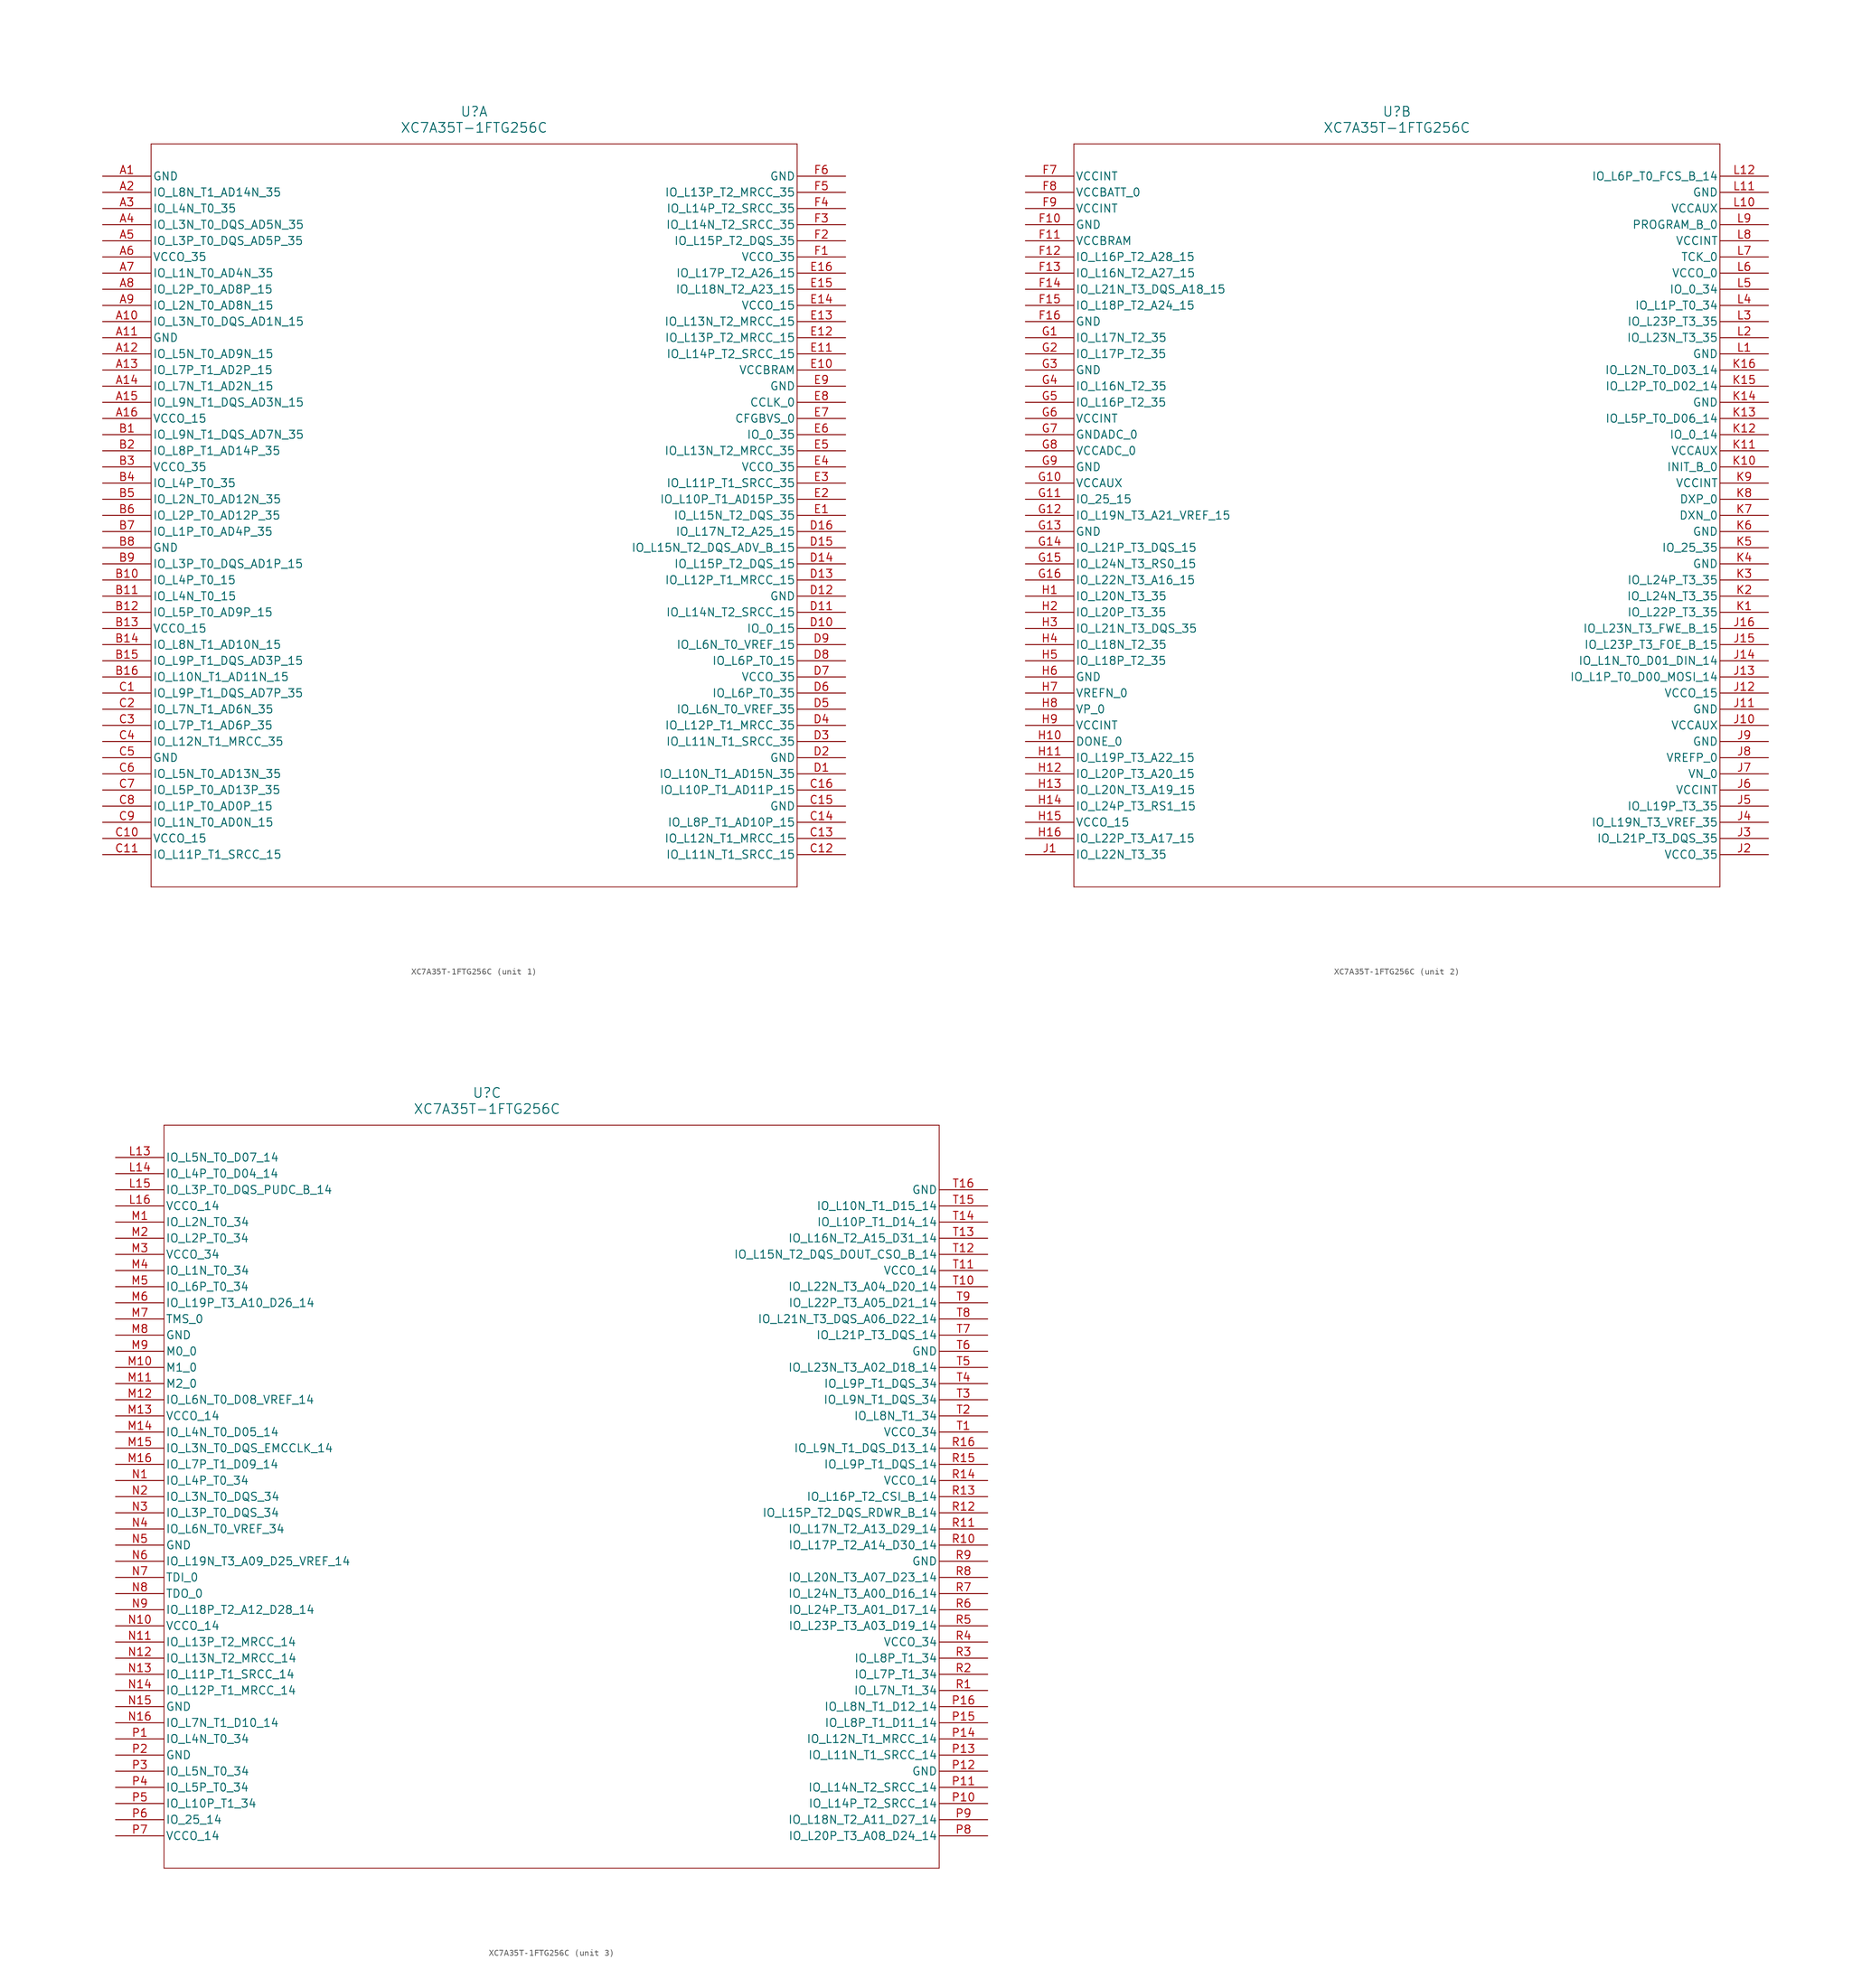
<source format=kicad_sym>
(kicad_symbol_lib
  (version 20211014)
  (generator kicad_symbol_editor)
  (symbol "XC7A35T-1FTG256C"
    (pin_names
      (offset 0.254))
    (property "Reference" "U"
      (at 58.42 10.16 0)
      (effects (font (size 1.524 1.524))))
    (property "Value" "XC7A35T-1FTG256C"
      (at 58.42 7.62 0)
      (effects (font (size 1.524 1.524))))
    (symbol "XC7A35T-1FTG256C_1_1"
      (polyline (pts (xy 7.62 5.08) (xy 7.62 -111.76)) (stroke (width 0.127) (type default) (color 0 0 0 0)) (fill (type none)))
      (polyline (pts (xy 7.62 -111.76) (xy 109.22 -111.76)) (stroke (width 0.127) (type default) (color 0 0 0 0)) (fill (type none)))
      (polyline (pts (xy 109.22 -111.76) (xy 109.22 5.08)) (stroke (width 0.127) (type default) (color 0 0 0 0)) (fill (type none)))
      (polyline (pts (xy 109.22 5.08) (xy 7.62 5.08)) (stroke (width 0.127) (type default) (color 0 0 0 0)) (fill (type none)))
      (pin power_out line (at 0 0 0) (length 7.62) (name "GND" (effects (font (size 1.27 1.27)))) (number "A1" (effects (font (size 1.27 1.27)))))
      (pin bidirectional line (at 0 -2.54 0) (length 7.62) (name "IO_L8N_T1_AD14N_35" (effects (font (size 1.27 1.27)))) (number "A2" (effects (font (size 1.27 1.27)))))
      (pin bidirectional line (at 0 -5.08 0) (length 7.62) (name "IO_L4N_T0_35" (effects (font (size 1.27 1.27)))) (number "A3" (effects (font (size 1.27 1.27)))))
      (pin bidirectional line (at 0 -7.62 0) (length 7.62) (name "IO_L3N_T0_DQS_AD5N_35" (effects (font (size 1.27 1.27)))) (number "A4" (effects (font (size 1.27 1.27)))))
      (pin bidirectional line (at 0 -10.16 0) (length 7.62) (name "IO_L3P_T0_DQS_AD5P_35" (effects (font (size 1.27 1.27)))) (number "A5" (effects (font (size 1.27 1.27)))))
      (pin power_in line (at 0 -12.7 0) (length 7.62) (name "VCCO_35" (effects (font (size 1.27 1.27)))) (number "A6" (effects (font (size 1.27 1.27)))))
      (pin bidirectional line (at 0 -15.24 0) (length 7.62) (name "IO_L1N_T0_AD4N_35" (effects (font (size 1.27 1.27)))) (number "A7" (effects (font (size 1.27 1.27)))))
      (pin bidirectional line (at 0 -17.78 0) (length 7.62) (name "IO_L2P_T0_AD8P_15" (effects (font (size 1.27 1.27)))) (number "A8" (effects (font (size 1.27 1.27)))))
      (pin bidirectional line (at 0 -20.32 0) (length 7.62) (name "IO_L2N_T0_AD8N_15" (effects (font (size 1.27 1.27)))) (number "A9" (effects (font (size 1.27 1.27)))))
      (pin bidirectional line (at 0 -22.86 0) (length 7.62) (name "IO_L3N_T0_DQS_AD1N_15" (effects (font (size 1.27 1.27)))) (number "A10" (effects (font (size 1.27 1.27)))))
      (pin power_out line (at 0 -25.4 0) (length 7.62) (name "GND" (effects (font (size 1.27 1.27)))) (number "A11" (effects (font (size 1.27 1.27)))))
      (pin bidirectional line (at 0 -27.94 0) (length 7.62) (name "IO_L5N_T0_AD9N_15" (effects (font (size 1.27 1.27)))) (number "A12" (effects (font (size 1.27 1.27)))))
      (pin bidirectional line (at 0 -30.48 0) (length 7.62) (name "IO_L7P_T1_AD2P_15" (effects (font (size 1.27 1.27)))) (number "A13" (effects (font (size 1.27 1.27)))))
      (pin bidirectional line (at 0 -33.02 0) (length 7.62) (name "IO_L7N_T1_AD2N_15" (effects (font (size 1.27 1.27)))) (number "A14" (effects (font (size 1.27 1.27)))))
      (pin bidirectional line (at 0 -35.56 0) (length 7.62) (name "IO_L9N_T1_DQS_AD3N_15" (effects (font (size 1.27 1.27)))) (number "A15" (effects (font (size 1.27 1.27)))))
      (pin power_in line (at 0 -38.1 0) (length 7.62) (name "VCCO_15" (effects (font (size 1.27 1.27)))) (number "A16" (effects (font (size 1.27 1.27)))))
      (pin bidirectional line (at 0 -40.64 0) (length 7.62) (name "IO_L9N_T1_DQS_AD7N_35" (effects (font (size 1.27 1.27)))) (number "B1" (effects (font (size 1.27 1.27)))))
      (pin bidirectional line (at 0 -43.18 0) (length 7.62) (name "IO_L8P_T1_AD14P_35" (effects (font (size 1.27 1.27)))) (number "B2" (effects (font (size 1.27 1.27)))))
      (pin power_in line (at 0 -45.72 0) (length 7.62) (name "VCCO_35" (effects (font (size 1.27 1.27)))) (number "B3" (effects (font (size 1.27 1.27)))))
      (pin bidirectional line (at 0 -48.26 0) (length 7.62) (name "IO_L4P_T0_35" (effects (font (size 1.27 1.27)))) (number "B4" (effects (font (size 1.27 1.27)))))
      (pin bidirectional line (at 0 -50.8 0) (length 7.62) (name "IO_L2N_T0_AD12N_35" (effects (font (size 1.27 1.27)))) (number "B5" (effects (font (size 1.27 1.27)))))
      (pin bidirectional line (at 0 -53.34 0) (length 7.62) (name "IO_L2P_T0_AD12P_35" (effects (font (size 1.27 1.27)))) (number "B6" (effects (font (size 1.27 1.27)))))
      (pin bidirectional line (at 0 -55.88 0) (length 7.62) (name "IO_L1P_T0_AD4P_35" (effects (font (size 1.27 1.27)))) (number "B7" (effects (font (size 1.27 1.27)))))
      (pin power_out line (at 0 -58.42 0) (length 7.62) (name "GND" (effects (font (size 1.27 1.27)))) (number "B8" (effects (font (size 1.27 1.27)))))
      (pin bidirectional line (at 0 -60.96 0) (length 7.62) (name "IO_L3P_T0_DQS_AD1P_15" (effects (font (size 1.27 1.27)))) (number "B9" (effects (font (size 1.27 1.27)))))
      (pin bidirectional line (at 0 -63.5 0) (length 7.62) (name "IO_L4P_T0_15" (effects (font (size 1.27 1.27)))) (number "B10" (effects (font (size 1.27 1.27)))))
      (pin bidirectional line (at 0 -66.04 0) (length 7.62) (name "IO_L4N_T0_15" (effects (font (size 1.27 1.27)))) (number "B11" (effects (font (size 1.27 1.27)))))
      (pin bidirectional line (at 0 -68.58 0) (length 7.62) (name "IO_L5P_T0_AD9P_15" (effects (font (size 1.27 1.27)))) (number "B12" (effects (font (size 1.27 1.27)))))
      (pin power_in line (at 0 -71.12 0) (length 7.62) (name "VCCO_15" (effects (font (size 1.27 1.27)))) (number "B13" (effects (font (size 1.27 1.27)))))
      (pin bidirectional line (at 0 -73.66 0) (length 7.62) (name "IO_L8N_T1_AD10N_15" (effects (font (size 1.27 1.27)))) (number "B14" (effects (font (size 1.27 1.27)))))
      (pin bidirectional line (at 0 -76.2 0) (length 7.62) (name "IO_L9P_T1_DQS_AD3P_15" (effects (font (size 1.27 1.27)))) (number "B15" (effects (font (size 1.27 1.27)))))
      (pin bidirectional line (at 0 -78.74 0) (length 7.62) (name "IO_L10N_T1_AD11N_15" (effects (font (size 1.27 1.27)))) (number "B16" (effects (font (size 1.27 1.27)))))
      (pin bidirectional line (at 0 -81.28 0) (length 7.62) (name "IO_L9P_T1_DQS_AD7P_35" (effects (font (size 1.27 1.27)))) (number "C1" (effects (font (size 1.27 1.27)))))
      (pin bidirectional line (at 0 -83.82 0) (length 7.62) (name "IO_L7N_T1_AD6N_35" (effects (font (size 1.27 1.27)))) (number "C2" (effects (font (size 1.27 1.27)))))
      (pin bidirectional line (at 0 -86.36 0) (length 7.62) (name "IO_L7P_T1_AD6P_35" (effects (font (size 1.27 1.27)))) (number "C3" (effects (font (size 1.27 1.27)))))
      (pin bidirectional line (at 0 -88.9 0) (length 7.62) (name "IO_L12N_T1_MRCC_35" (effects (font (size 1.27 1.27)))) (number "C4" (effects (font (size 1.27 1.27)))))
      (pin power_out line (at 0 -91.44 0) (length 7.62) (name "GND" (effects (font (size 1.27 1.27)))) (number "C5" (effects (font (size 1.27 1.27)))))
      (pin bidirectional line (at 0 -93.98 0) (length 7.62) (name "IO_L5N_T0_AD13N_35" (effects (font (size 1.27 1.27)))) (number "C6" (effects (font (size 1.27 1.27)))))
      (pin bidirectional line (at 0 -96.52 0) (length 7.62) (name "IO_L5P_T0_AD13P_35" (effects (font (size 1.27 1.27)))) (number "C7" (effects (font (size 1.27 1.27)))))
      (pin bidirectional line (at 0 -99.06 0) (length 7.62) (name "IO_L1P_T0_AD0P_15" (effects (font (size 1.27 1.27)))) (number "C8" (effects (font (size 1.27 1.27)))))
      (pin bidirectional line (at 0 -101.6 0) (length 7.62) (name "IO_L1N_T0_AD0N_15" (effects (font (size 1.27 1.27)))) (number "C9" (effects (font (size 1.27 1.27)))))
      (pin power_in line (at 0 -104.14 0) (length 7.62) (name "VCCO_15" (effects (font (size 1.27 1.27)))) (number "C10" (effects (font (size 1.27 1.27)))))
      (pin bidirectional line (at 0 -106.68 0) (length 7.62) (name "IO_L11P_T1_SRCC_15" (effects (font (size 1.27 1.27)))) (number "C11" (effects (font (size 1.27 1.27)))))
      (pin bidirectional line (at 116.84 -106.68 180) (length 7.62) (name "IO_L11N_T1_SRCC_15" (effects (font (size 1.27 1.27)))) (number "C12" (effects (font (size 1.27 1.27)))))
      (pin bidirectional line (at 116.84 -104.14 180) (length 7.62) (name "IO_L12N_T1_MRCC_15" (effects (font (size 1.27 1.27)))) (number "C13" (effects (font (size 1.27 1.27)))))
      (pin bidirectional line (at 116.84 -101.6 180) (length 7.62) (name "IO_L8P_T1_AD10P_15" (effects (font (size 1.27 1.27)))) (number "C14" (effects (font (size 1.27 1.27)))))
      (pin power_out line (at 116.84 -99.06 180) (length 7.62) (name "GND" (effects (font (size 1.27 1.27)))) (number "C15" (effects (font (size 1.27 1.27)))))
      (pin bidirectional line (at 116.84 -96.52 180) (length 7.62) (name "IO_L10P_T1_AD11P_15" (effects (font (size 1.27 1.27)))) (number "C16" (effects (font (size 1.27 1.27)))))
      (pin bidirectional line (at 116.84 -93.98 180) (length 7.62) (name "IO_L10N_T1_AD15N_35" (effects (font (size 1.27 1.27)))) (number "D1" (effects (font (size 1.27 1.27)))))
      (pin power_out line (at 116.84 -91.44 180) (length 7.62) (name "GND" (effects (font (size 1.27 1.27)))) (number "D2" (effects (font (size 1.27 1.27)))))
      (pin bidirectional line (at 116.84 -88.9 180) (length 7.62) (name "IO_L11N_T1_SRCC_35" (effects (font (size 1.27 1.27)))) (number "D3" (effects (font (size 1.27 1.27)))))
      (pin bidirectional line (at 116.84 -86.36 180) (length 7.62) (name "IO_L12P_T1_MRCC_35" (effects (font (size 1.27 1.27)))) (number "D4" (effects (font (size 1.27 1.27)))))
      (pin bidirectional line (at 116.84 -83.82 180) (length 7.62) (name "IO_L6N_T0_VREF_35" (effects (font (size 1.27 1.27)))) (number "D5" (effects (font (size 1.27 1.27)))))
      (pin bidirectional line (at 116.84 -81.28 180) (length 7.62) (name "IO_L6P_T0_35" (effects (font (size 1.27 1.27)))) (number "D6" (effects (font (size 1.27 1.27)))))
      (pin power_in line (at 116.84 -78.74 180) (length 7.62) (name "VCCO_35" (effects (font (size 1.27 1.27)))) (number "D7" (effects (font (size 1.27 1.27)))))
      (pin bidirectional line (at 116.84 -76.2 180) (length 7.62) (name "IO_L6P_T0_15" (effects (font (size 1.27 1.27)))) (number "D8" (effects (font (size 1.27 1.27)))))
      (pin bidirectional line (at 116.84 -73.66 180) (length 7.62) (name "IO_L6N_T0_VREF_15" (effects (font (size 1.27 1.27)))) (number "D9" (effects (font (size 1.27 1.27)))))
      (pin bidirectional line (at 116.84 -71.12 180) (length 7.62) (name "IO_0_15" (effects (font (size 1.27 1.27)))) (number "D10" (effects (font (size 1.27 1.27)))))
      (pin bidirectional line (at 116.84 -68.58 180) (length 7.62) (name "IO_L14N_T2_SRCC_15" (effects (font (size 1.27 1.27)))) (number "D11" (effects (font (size 1.27 1.27)))))
      (pin power_out line (at 116.84 -66.04 180) (length 7.62) (name "GND" (effects (font (size 1.27 1.27)))) (number "D12" (effects (font (size 1.27 1.27)))))
      (pin bidirectional line (at 116.84 -63.5 180) (length 7.62) (name "IO_L12P_T1_MRCC_15" (effects (font (size 1.27 1.27)))) (number "D13" (effects (font (size 1.27 1.27)))))
      (pin bidirectional line (at 116.84 -60.96 180) (length 7.62) (name "IO_L15P_T2_DQS_15" (effects (font (size 1.27 1.27)))) (number "D14" (effects (font (size 1.27 1.27)))))
      (pin bidirectional line (at 116.84 -58.42 180) (length 7.62) (name "IO_L15N_T2_DQS_ADV_B_15" (effects (font (size 1.27 1.27)))) (number "D15" (effects (font (size 1.27 1.27)))))
      (pin bidirectional line (at 116.84 -55.88 180) (length 7.62) (name "IO_L17N_T2_A25_15" (effects (font (size 1.27 1.27)))) (number "D16" (effects (font (size 1.27 1.27)))))
      (pin bidirectional line (at 116.84 -53.34 180) (length 7.62) (name "IO_L15N_T2_DQS_35" (effects (font (size 1.27 1.27)))) (number "E1" (effects (font (size 1.27 1.27)))))
      (pin bidirectional line (at 116.84 -50.8 180) (length 7.62) (name "IO_L10P_T1_AD15P_35" (effects (font (size 1.27 1.27)))) (number "E2" (effects (font (size 1.27 1.27)))))
      (pin bidirectional line (at 116.84 -48.26 180) (length 7.62) (name "IO_L11P_T1_SRCC_35" (effects (font (size 1.27 1.27)))) (number "E3" (effects (font (size 1.27 1.27)))))
      (pin power_in line (at 116.84 -45.72 180) (length 7.62) (name "VCCO_35" (effects (font (size 1.27 1.27)))) (number "E4" (effects (font (size 1.27 1.27)))))
      (pin bidirectional line (at 116.84 -43.18 180) (length 7.62) (name "IO_L13N_T2_MRCC_35" (effects (font (size 1.27 1.27)))) (number "E5" (effects (font (size 1.27 1.27)))))
      (pin bidirectional line (at 116.84 -40.64 180) (length 7.62) (name "IO_0_35" (effects (font (size 1.27 1.27)))) (number "E6" (effects (font (size 1.27 1.27)))))
      (pin input line (at 116.84 -38.1 180) (length 7.62) (name "CFGBVS_0" (effects (font (size 1.27 1.27)))) (number "E7" (effects (font (size 1.27 1.27)))))
      (pin bidirectional line (at 116.84 -35.56 180) (length 7.62) (name "CCLK_0" (effects (font (size 1.27 1.27)))) (number "E8" (effects (font (size 1.27 1.27)))))
      (pin power_out line (at 116.84 -33.02 180) (length 7.62) (name "GND" (effects (font (size 1.27 1.27)))) (number "E9" (effects (font (size 1.27 1.27)))))
      (pin power_in line (at 116.84 -30.48 180) (length 7.62) (name "VCCBRAM" (effects (font (size 1.27 1.27)))) (number "E10" (effects (font (size 1.27 1.27)))))
      (pin bidirectional line (at 116.84 -27.94 180) (length 7.62) (name "IO_L14P_T2_SRCC_15" (effects (font (size 1.27 1.27)))) (number "E11" (effects (font (size 1.27 1.27)))))
      (pin bidirectional line (at 116.84 -25.4 180) (length 7.62) (name "IO_L13P_T2_MRCC_15" (effects (font (size 1.27 1.27)))) (number "E12" (effects (font (size 1.27 1.27)))))
      (pin bidirectional line (at 116.84 -22.86 180) (length 7.62) (name "IO_L13N_T2_MRCC_15" (effects (font (size 1.27 1.27)))) (number "E13" (effects (font (size 1.27 1.27)))))
      (pin power_in line (at 116.84 -20.32 180) (length 7.62) (name "VCCO_15" (effects (font (size 1.27 1.27)))) (number "E14" (effects (font (size 1.27 1.27)))))
      (pin bidirectional line (at 116.84 -17.78 180) (length 7.62) (name "IO_L18N_T2_A23_15" (effects (font (size 1.27 1.27)))) (number "E15" (effects (font (size 1.27 1.27)))))
      (pin bidirectional line (at 116.84 -15.24 180) (length 7.62) (name "IO_L17P_T2_A26_15" (effects (font (size 1.27 1.27)))) (number "E16" (effects (font (size 1.27 1.27)))))
      (pin power_in line (at 116.84 -12.7 180) (length 7.62) (name "VCCO_35" (effects (font (size 1.27 1.27)))) (number "F1" (effects (font (size 1.27 1.27)))))
      (pin bidirectional line (at 116.84 -10.16 180) (length 7.62) (name "IO_L15P_T2_DQS_35" (effects (font (size 1.27 1.27)))) (number "F2" (effects (font (size 1.27 1.27)))))
      (pin bidirectional line (at 116.84 -7.62 180) (length 7.62) (name "IO_L14N_T2_SRCC_35" (effects (font (size 1.27 1.27)))) (number "F3" (effects (font (size 1.27 1.27)))))
      (pin bidirectional line (at 116.84 -5.08 180) (length 7.62) (name "IO_L14P_T2_SRCC_35" (effects (font (size 1.27 1.27)))) (number "F4" (effects (font (size 1.27 1.27)))))
      (pin bidirectional line (at 116.84 -2.54 180) (length 7.62) (name "IO_L13P_T2_MRCC_35" (effects (font (size 1.27 1.27)))) (number "F5" (effects (font (size 1.27 1.27)))))
      (pin power_out line (at 116.84 0 180) (length 7.62) (name "GND" (effects (font (size 1.27 1.27)))) (number "F6" (effects (font (size 1.27 1.27))))))
    (symbol "XC7A35T-1FTG256C_2_1"
      (polyline (pts (xy 7.62 5.08) (xy 7.62 -111.76)) (stroke (width 0.127) (type default) (color 0 0 0 0)) (fill (type none)))
      (polyline (pts (xy 7.62 -111.76) (xy 109.22 -111.76)) (stroke (width 0.127) (type default) (color 0 0 0 0)) (fill (type none)))
      (polyline (pts (xy 109.22 -111.76) (xy 109.22 5.08)) (stroke (width 0.127) (type default) (color 0 0 0 0)) (fill (type none)))
      (polyline (pts (xy 109.22 5.08) (xy 7.62 5.08)) (stroke (width 0.127) (type default) (color 0 0 0 0)) (fill (type none)))
      (pin power_in line (at 0 0 0) (length 7.62) (name "VCCINT" (effects (font (size 1.27 1.27)))) (number "F7" (effects (font (size 1.27 1.27)))))
      (pin power_in line (at 0 -2.54 0) (length 7.62) (name "VCCBATT_0" (effects (font (size 1.27 1.27)))) (number "F8" (effects (font (size 1.27 1.27)))))
      (pin power_in line (at 0 -5.08 0) (length 7.62) (name "VCCINT" (effects (font (size 1.27 1.27)))) (number "F9" (effects (font (size 1.27 1.27)))))
      (pin power_out line (at 0 -7.62 0) (length 7.62) (name "GND" (effects (font (size 1.27 1.27)))) (number "F10" (effects (font (size 1.27 1.27)))))
      (pin power_in line (at 0 -10.16 0) (length 7.62) (name "VCCBRAM" (effects (font (size 1.27 1.27)))) (number "F11" (effects (font (size 1.27 1.27)))))
      (pin bidirectional line (at 0 -12.7 0) (length 7.62) (name "IO_L16P_T2_A28_15" (effects (font (size 1.27 1.27)))) (number "F12" (effects (font (size 1.27 1.27)))))
      (pin bidirectional line (at 0 -15.24 0) (length 7.62) (name "IO_L16N_T2_A27_15" (effects (font (size 1.27 1.27)))) (number "F13" (effects (font (size 1.27 1.27)))))
      (pin bidirectional line (at 0 -17.78 0) (length 7.62) (name "IO_L21N_T3_DQS_A18_15" (effects (font (size 1.27 1.27)))) (number "F14" (effects (font (size 1.27 1.27)))))
      (pin bidirectional line (at 0 -20.32 0) (length 7.62) (name "IO_L18P_T2_A24_15" (effects (font (size 1.27 1.27)))) (number "F15" (effects (font (size 1.27 1.27)))))
      (pin power_out line (at 0 -22.86 0) (length 7.62) (name "GND" (effects (font (size 1.27 1.27)))) (number "F16" (effects (font (size 1.27 1.27)))))
      (pin bidirectional line (at 0 -25.4 0) (length 7.62) (name "IO_L17N_T2_35" (effects (font (size 1.27 1.27)))) (number "G1" (effects (font (size 1.27 1.27)))))
      (pin bidirectional line (at 0 -27.94 0) (length 7.62) (name "IO_L17P_T2_35" (effects (font (size 1.27 1.27)))) (number "G2" (effects (font (size 1.27 1.27)))))
      (pin power_out line (at 0 -30.48 0) (length 7.62) (name "GND" (effects (font (size 1.27 1.27)))) (number "G3" (effects (font (size 1.27 1.27)))))
      (pin bidirectional line (at 0 -33.02 0) (length 7.62) (name "IO_L16N_T2_35" (effects (font (size 1.27 1.27)))) (number "G4" (effects (font (size 1.27 1.27)))))
      (pin bidirectional line (at 0 -35.56 0) (length 7.62) (name "IO_L16P_T2_35" (effects (font (size 1.27 1.27)))) (number "G5" (effects (font (size 1.27 1.27)))))
      (pin power_in line (at 0 -38.1 0) (length 7.62) (name "VCCINT" (effects (font (size 1.27 1.27)))) (number "G6" (effects (font (size 1.27 1.27)))))
      (pin power_out line (at 0 -40.64 0) (length 7.62) (name "GNDADC_0" (effects (font (size 1.27 1.27)))) (number "G7" (effects (font (size 1.27 1.27)))))
      (pin power_in line (at 0 -43.18 0) (length 7.62) (name "VCCADC_0" (effects (font (size 1.27 1.27)))) (number "G8" (effects (font (size 1.27 1.27)))))
      (pin power_out line (at 0 -45.72 0) (length 7.62) (name "GND" (effects (font (size 1.27 1.27)))) (number "G9" (effects (font (size 1.27 1.27)))))
      (pin power_in line (at 0 -48.26 0) (length 7.62) (name "VCCAUX" (effects (font (size 1.27 1.27)))) (number "G10" (effects (font (size 1.27 1.27)))))
      (pin bidirectional line (at 0 -50.8 0) (length 7.62) (name "IO_25_15" (effects (font (size 1.27 1.27)))) (number "G11" (effects (font (size 1.27 1.27)))))
      (pin bidirectional line (at 0 -53.34 0) (length 7.62) (name "IO_L19N_T3_A21_VREF_15" (effects (font (size 1.27 1.27)))) (number "G12" (effects (font (size 1.27 1.27)))))
      (pin power_out line (at 0 -55.88 0) (length 7.62) (name "GND" (effects (font (size 1.27 1.27)))) (number "G13" (effects (font (size 1.27 1.27)))))
      (pin bidirectional line (at 0 -58.42 0) (length 7.62) (name "IO_L21P_T3_DQS_15" (effects (font (size 1.27 1.27)))) (number "G14" (effects (font (size 1.27 1.27)))))
      (pin bidirectional line (at 0 -60.96 0) (length 7.62) (name "IO_L24N_T3_RS0_15" (effects (font (size 1.27 1.27)))) (number "G15" (effects (font (size 1.27 1.27)))))
      (pin bidirectional line (at 0 -63.5 0) (length 7.62) (name "IO_L22N_T3_A16_15" (effects (font (size 1.27 1.27)))) (number "G16" (effects (font (size 1.27 1.27)))))
      (pin bidirectional line (at 0 -66.04 0) (length 7.62) (name "IO_L20N_T3_35" (effects (font (size 1.27 1.27)))) (number "H1" (effects (font (size 1.27 1.27)))))
      (pin bidirectional line (at 0 -68.58 0) (length 7.62) (name "IO_L20P_T3_35" (effects (font (size 1.27 1.27)))) (number "H2" (effects (font (size 1.27 1.27)))))
      (pin bidirectional line (at 0 -71.12 0) (length 7.62) (name "IO_L21N_T3_DQS_35" (effects (font (size 1.27 1.27)))) (number "H3" (effects (font (size 1.27 1.27)))))
      (pin bidirectional line (at 0 -73.66 0) (length 7.62) (name "IO_L18N_T2_35" (effects (font (size 1.27 1.27)))) (number "H4" (effects (font (size 1.27 1.27)))))
      (pin bidirectional line (at 0 -76.2 0) (length 7.62) (name "IO_L18P_T2_35" (effects (font (size 1.27 1.27)))) (number "H5" (effects (font (size 1.27 1.27)))))
      (pin power_out line (at 0 -78.74 0) (length 7.62) (name "GND" (effects (font (size 1.27 1.27)))) (number "H6" (effects (font (size 1.27 1.27)))))
      (pin power_in line (at 0 -81.28 0) (length 7.62) (name "VREFN_0" (effects (font (size 1.27 1.27)))) (number "H7" (effects (font (size 1.27 1.27)))))
      (pin input line (at 0 -83.82 0) (length 7.62) (name "VP_0" (effects (font (size 1.27 1.27)))) (number "H8" (effects (font (size 1.27 1.27)))))
      (pin power_in line (at 0 -86.36 0) (length 7.62) (name "VCCINT" (effects (font (size 1.27 1.27)))) (number "H9" (effects (font (size 1.27 1.27)))))
      (pin bidirectional line (at 0 -88.9 0) (length 7.62) (name "DONE_0" (effects (font (size 1.27 1.27)))) (number "H10" (effects (font (size 1.27 1.27)))))
      (pin bidirectional line (at 0 -91.44 0) (length 7.62) (name "IO_L19P_T3_A22_15" (effects (font (size 1.27 1.27)))) (number "H11" (effects (font (size 1.27 1.27)))))
      (pin bidirectional line (at 0 -93.98 0) (length 7.62) (name "IO_L20P_T3_A20_15" (effects (font (size 1.27 1.27)))) (number "H12" (effects (font (size 1.27 1.27)))))
      (pin bidirectional line (at 0 -96.52 0) (length 7.62) (name "IO_L20N_T3_A19_15" (effects (font (size 1.27 1.27)))) (number "H13" (effects (font (size 1.27 1.27)))))
      (pin bidirectional line (at 0 -99.06 0) (length 7.62) (name "IO_L24P_T3_RS1_15" (effects (font (size 1.27 1.27)))) (number "H14" (effects (font (size 1.27 1.27)))))
      (pin power_in line (at 0 -101.6 0) (length 7.62) (name "VCCO_15" (effects (font (size 1.27 1.27)))) (number "H15" (effects (font (size 1.27 1.27)))))
      (pin bidirectional line (at 0 -104.14 0) (length 7.62) (name "IO_L22P_T3_A17_15" (effects (font (size 1.27 1.27)))) (number "H16" (effects (font (size 1.27 1.27)))))
      (pin bidirectional line (at 0 -106.68 0) (length 7.62) (name "IO_L22N_T3_35" (effects (font (size 1.27 1.27)))) (number "J1" (effects (font (size 1.27 1.27)))))
      (pin power_in line (at 116.84 -106.68 180) (length 7.62) (name "VCCO_35" (effects (font (size 1.27 1.27)))) (number "J2" (effects (font (size 1.27 1.27)))))
      (pin bidirectional line (at 116.84 -104.14 180) (length 7.62) (name "IO_L21P_T3_DQS_35" (effects (font (size 1.27 1.27)))) (number "J3" (effects (font (size 1.27 1.27)))))
      (pin bidirectional line (at 116.84 -101.6 180) (length 7.62) (name "IO_L19N_T3_VREF_35" (effects (font (size 1.27 1.27)))) (number "J4" (effects (font (size 1.27 1.27)))))
      (pin bidirectional line (at 116.84 -99.06 180) (length 7.62) (name "IO_L19P_T3_35" (effects (font (size 1.27 1.27)))) (number "J5" (effects (font (size 1.27 1.27)))))
      (pin power_in line (at 116.84 -96.52 180) (length 7.62) (name "VCCINT" (effects (font (size 1.27 1.27)))) (number "J6" (effects (font (size 1.27 1.27)))))
      (pin input line (at 116.84 -93.98 180) (length 7.62) (name "VN_0" (effects (font (size 1.27 1.27)))) (number "J7" (effects (font (size 1.27 1.27)))))
      (pin power_in line (at 116.84 -91.44 180) (length 7.62) (name "VREFP_0" (effects (font (size 1.27 1.27)))) (number "J8" (effects (font (size 1.27 1.27)))))
      (pin power_out line (at 116.84 -88.9 180) (length 7.62) (name "GND" (effects (font (size 1.27 1.27)))) (number "J9" (effects (font (size 1.27 1.27)))))
      (pin power_in line (at 116.84 -86.36 180) (length 7.62) (name "VCCAUX" (effects (font (size 1.27 1.27)))) (number "J10" (effects (font (size 1.27 1.27)))))
      (pin power_out line (at 116.84 -83.82 180) (length 7.62) (name "GND" (effects (font (size 1.27 1.27)))) (number "J11" (effects (font (size 1.27 1.27)))))
      (pin power_in line (at 116.84 -81.28 180) (length 7.62) (name "VCCO_15" (effects (font (size 1.27 1.27)))) (number "J12" (effects (font (size 1.27 1.27)))))
      (pin bidirectional line (at 116.84 -78.74 180) (length 7.62) (name "IO_L1P_T0_D00_MOSI_14" (effects (font (size 1.27 1.27)))) (number "J13" (effects (font (size 1.27 1.27)))))
      (pin bidirectional line (at 116.84 -76.2 180) (length 7.62) (name "IO_L1N_T0_D01_DIN_14" (effects (font (size 1.27 1.27)))) (number "J14" (effects (font (size 1.27 1.27)))))
      (pin bidirectional line (at 116.84 -73.66 180) (length 7.62) (name "IO_L23P_T3_FOE_B_15" (effects (font (size 1.27 1.27)))) (number "J15" (effects (font (size 1.27 1.27)))))
      (pin bidirectional line (at 116.84 -71.12 180) (length 7.62) (name "IO_L23N_T3_FWE_B_15" (effects (font (size 1.27 1.27)))) (number "J16" (effects (font (size 1.27 1.27)))))
      (pin bidirectional line (at 116.84 -68.58 180) (length 7.62) (name "IO_L22P_T3_35" (effects (font (size 1.27 1.27)))) (number "K1" (effects (font (size 1.27 1.27)))))
      (pin bidirectional line (at 116.84 -66.04 180) (length 7.62) (name "IO_L24N_T3_35" (effects (font (size 1.27 1.27)))) (number "K2" (effects (font (size 1.27 1.27)))))
      (pin bidirectional line (at 116.84 -63.5 180) (length 7.62) (name "IO_L24P_T3_35" (effects (font (size 1.27 1.27)))) (number "K3" (effects (font (size 1.27 1.27)))))
      (pin power_out line (at 116.84 -60.96 180) (length 7.62) (name "GND" (effects (font (size 1.27 1.27)))) (number "K4" (effects (font (size 1.27 1.27)))))
      (pin bidirectional line (at 116.84 -58.42 180) (length 7.62) (name "IO_25_35" (effects (font (size 1.27 1.27)))) (number "K5" (effects (font (size 1.27 1.27)))))
      (pin power_out line (at 116.84 -55.88 180) (length 7.62) (name "GND" (effects (font (size 1.27 1.27)))) (number "K6" (effects (font (size 1.27 1.27)))))
      (pin unspecified line (at 116.84 -53.34 180) (length 7.62) (name "DXN_0" (effects (font (size 1.27 1.27)))) (number "K7" (effects (font (size 1.27 1.27)))))
      (pin unspecified line (at 116.84 -50.8 180) (length 7.62) (name "DXP_0" (effects (font (size 1.27 1.27)))) (number "K8" (effects (font (size 1.27 1.27)))))
      (pin power_in line (at 116.84 -48.26 180) (length 7.62) (name "VCCINT" (effects (font (size 1.27 1.27)))) (number "K9" (effects (font (size 1.27 1.27)))))
      (pin bidirectional line (at 116.84 -45.72 180) (length 7.62) (name "INIT_B_0" (effects (font (size 1.27 1.27)))) (number "K10" (effects (font (size 1.27 1.27)))))
      (pin power_in line (at 116.84 -43.18 180) (length 7.62) (name "VCCAUX" (effects (font (size 1.27 1.27)))) (number "K11" (effects (font (size 1.27 1.27)))))
      (pin bidirectional line (at 116.84 -40.64 180) (length 7.62) (name "IO_0_14" (effects (font (size 1.27 1.27)))) (number "K12" (effects (font (size 1.27 1.27)))))
      (pin bidirectional line (at 116.84 -38.1 180) (length 7.62) (name "IO_L5P_T0_D06_14" (effects (font (size 1.27 1.27)))) (number "K13" (effects (font (size 1.27 1.27)))))
      (pin power_out line (at 116.84 -35.56 180) (length 7.62) (name "GND" (effects (font (size 1.27 1.27)))) (number "K14" (effects (font (size 1.27 1.27)))))
      (pin bidirectional line (at 116.84 -33.02 180) (length 7.62) (name "IO_L2P_T0_D02_14" (effects (font (size 1.27 1.27)))) (number "K15" (effects (font (size 1.27 1.27)))))
      (pin bidirectional line (at 116.84 -30.48 180) (length 7.62) (name "IO_L2N_T0_D03_14" (effects (font (size 1.27 1.27)))) (number "K16" (effects (font (size 1.27 1.27)))))
      (pin power_out line (at 116.84 -27.94 180) (length 7.62) (name "GND" (effects (font (size 1.27 1.27)))) (number "L1" (effects (font (size 1.27 1.27)))))
      (pin bidirectional line (at 116.84 -25.4 180) (length 7.62) (name "IO_L23N_T3_35" (effects (font (size 1.27 1.27)))) (number "L2" (effects (font (size 1.27 1.27)))))
      (pin bidirectional line (at 116.84 -22.86 180) (length 7.62) (name "IO_L23P_T3_35" (effects (font (size 1.27 1.27)))) (number "L3" (effects (font (size 1.27 1.27)))))
      (pin bidirectional line (at 116.84 -20.32 180) (length 7.62) (name "IO_L1P_T0_34" (effects (font (size 1.27 1.27)))) (number "L4" (effects (font (size 1.27 1.27)))))
      (pin bidirectional line (at 116.84 -17.78 180) (length 7.62) (name "IO_0_34" (effects (font (size 1.27 1.27)))) (number "L5" (effects (font (size 1.27 1.27)))))
      (pin power_in line (at 116.84 -15.24 180) (length 7.62) (name "VCCO_0" (effects (font (size 1.27 1.27)))) (number "L6" (effects (font (size 1.27 1.27)))))
      (pin input line (at 116.84 -12.7 180) (length 7.62) (name "TCK_0" (effects (font (size 1.27 1.27)))) (number "L7" (effects (font (size 1.27 1.27)))))
      (pin power_in line (at 116.84 -10.16 180) (length 7.62) (name "VCCINT" (effects (font (size 1.27 1.27)))) (number "L8" (effects (font (size 1.27 1.27)))))
      (pin input line (at 116.84 -7.62 180) (length 7.62) (name "PROGRAM_B_0" (effects (font (size 1.27 1.27)))) (number "L9" (effects (font (size 1.27 1.27)))))
      (pin power_in line (at 116.84 -5.08 180) (length 7.62) (name "VCCAUX" (effects (font (size 1.27 1.27)))) (number "L10" (effects (font (size 1.27 1.27)))))
      (pin power_out line (at 116.84 -2.54 180) (length 7.62) (name "GND" (effects (font (size 1.27 1.27)))) (number "L11" (effects (font (size 1.27 1.27)))))
      (pin bidirectional line (at 116.84 0 180) (length 7.62) (name "IO_L6P_T0_FCS_B_14" (effects (font (size 1.27 1.27)))) (number "L12" (effects (font (size 1.27 1.27))))))
    (symbol "XC7A35T-1FTG256C_3_1"
      (polyline (pts (xy 7.62 5.08) (xy 7.62 -111.76)) (stroke (width 0.127) (type default) (color 0 0 0 0)) (fill (type none)))
      (polyline (pts (xy 7.62 -111.76) (xy 129.54 -111.76)) (stroke (width 0.127) (type default) (color 0 0 0 0)) (fill (type none)))
      (polyline (pts (xy 129.54 -111.76) (xy 129.54 5.08)) (stroke (width 0.127) (type default) (color 0 0 0 0)) (fill (type none)))
      (polyline (pts (xy 129.54 5.08) (xy 7.62 5.08)) (stroke (width 0.127) (type default) (color 0 0 0 0)) (fill (type none)))
      (pin bidirectional line (at 0 0 0) (length 7.62) (name "IO_L5N_T0_D07_14" (effects (font (size 1.27 1.27)))) (number "L13" (effects (font (size 1.27 1.27)))))
      (pin bidirectional line (at 0 -2.54 0) (length 7.62) (name "IO_L4P_T0_D04_14" (effects (font (size 1.27 1.27)))) (number "L14" (effects (font (size 1.27 1.27)))))
      (pin bidirectional line (at 0 -5.08 0) (length 7.62) (name "IO_L3P_T0_DQS_PUDC_B_14" (effects (font (size 1.27 1.27)))) (number "L15" (effects (font (size 1.27 1.27)))))
      (pin power_in line (at 0 -7.62 0) (length 7.62) (name "VCCO_14" (effects (font (size 1.27 1.27)))) (number "L16" (effects (font (size 1.27 1.27)))))
      (pin bidirectional line (at 0 -10.16 0) (length 7.62) (name "IO_L2N_T0_34" (effects (font (size 1.27 1.27)))) (number "M1" (effects (font (size 1.27 1.27)))))
      (pin bidirectional line (at 0 -12.7 0) (length 7.62) (name "IO_L2P_T0_34" (effects (font (size 1.27 1.27)))) (number "M2" (effects (font (size 1.27 1.27)))))
      (pin power_in line (at 0 -15.24 0) (length 7.62) (name "VCCO_34" (effects (font (size 1.27 1.27)))) (number "M3" (effects (font (size 1.27 1.27)))))
      (pin bidirectional line (at 0 -17.78 0) (length 7.62) (name "IO_L1N_T0_34" (effects (font (size 1.27 1.27)))) (number "M4" (effects (font (size 1.27 1.27)))))
      (pin bidirectional line (at 0 -20.32 0) (length 7.62) (name "IO_L6P_T0_34" (effects (font (size 1.27 1.27)))) (number "M5" (effects (font (size 1.27 1.27)))))
      (pin bidirectional line (at 0 -22.86 0) (length 7.62) (name "IO_L19P_T3_A10_D26_14" (effects (font (size 1.27 1.27)))) (number "M6" (effects (font (size 1.27 1.27)))))
      (pin input line (at 0 -25.4 0) (length 7.62) (name "TMS_0" (effects (font (size 1.27 1.27)))) (number "M7" (effects (font (size 1.27 1.27)))))
      (pin power_out line (at 0 -27.94 0) (length 7.62) (name "GND" (effects (font (size 1.27 1.27)))) (number "M8" (effects (font (size 1.27 1.27)))))
      (pin input line (at 0 -30.48 0) (length 7.62) (name "M0_0" (effects (font (size 1.27 1.27)))) (number "M9" (effects (font (size 1.27 1.27)))))
      (pin input line (at 0 -33.02 0) (length 7.62) (name "M1_0" (effects (font (size 1.27 1.27)))) (number "M10" (effects (font (size 1.27 1.27)))))
      (pin input line (at 0 -35.56 0) (length 7.62) (name "M2_0" (effects (font (size 1.27 1.27)))) (number "M11" (effects (font (size 1.27 1.27)))))
      (pin bidirectional line (at 0 -38.1 0) (length 7.62) (name "IO_L6N_T0_D08_VREF_14" (effects (font (size 1.27 1.27)))) (number "M12" (effects (font (size 1.27 1.27)))))
      (pin power_in line (at 0 -40.64 0) (length 7.62) (name "VCCO_14" (effects (font (size 1.27 1.27)))) (number "M13" (effects (font (size 1.27 1.27)))))
      (pin bidirectional line (at 0 -43.18 0) (length 7.62) (name "IO_L4N_T0_D05_14" (effects (font (size 1.27 1.27)))) (number "M14" (effects (font (size 1.27 1.27)))))
      (pin bidirectional line (at 0 -45.72 0) (length 7.62) (name "IO_L3N_T0_DQS_EMCCLK_14" (effects (font (size 1.27 1.27)))) (number "M15" (effects (font (size 1.27 1.27)))))
      (pin bidirectional line (at 0 -48.26 0) (length 7.62) (name "IO_L7P_T1_D09_14" (effects (font (size 1.27 1.27)))) (number "M16" (effects (font (size 1.27 1.27)))))
      (pin bidirectional line (at 0 -50.8 0) (length 7.62) (name "IO_L4P_T0_34" (effects (font (size 1.27 1.27)))) (number "N1" (effects (font (size 1.27 1.27)))))
      (pin bidirectional line (at 0 -53.34 0) (length 7.62) (name "IO_L3N_T0_DQS_34" (effects (font (size 1.27 1.27)))) (number "N2" (effects (font (size 1.27 1.27)))))
      (pin bidirectional line (at 0 -55.88 0) (length 7.62) (name "IO_L3P_T0_DQS_34" (effects (font (size 1.27 1.27)))) (number "N3" (effects (font (size 1.27 1.27)))))
      (pin bidirectional line (at 0 -58.42 0) (length 7.62) (name "IO_L6N_T0_VREF_34" (effects (font (size 1.27 1.27)))) (number "N4" (effects (font (size 1.27 1.27)))))
      (pin power_out line (at 0 -60.96 0) (length 7.62) (name "GND" (effects (font (size 1.27 1.27)))) (number "N5" (effects (font (size 1.27 1.27)))))
      (pin bidirectional line (at 0 -63.5 0) (length 7.62) (name "IO_L19N_T3_A09_D25_VREF_14" (effects (font (size 1.27 1.27)))) (number "N6" (effects (font (size 1.27 1.27)))))
      (pin input line (at 0 -66.04 0) (length 7.62) (name "TDI_0" (effects (font (size 1.27 1.27)))) (number "N7" (effects (font (size 1.27 1.27)))))
      (pin output line (at 0 -68.58 0) (length 7.62) (name "TDO_0" (effects (font (size 1.27 1.27)))) (number "N8" (effects (font (size 1.27 1.27)))))
      (pin bidirectional line (at 0 -71.12 0) (length 7.62) (name "IO_L18P_T2_A12_D28_14" (effects (font (size 1.27 1.27)))) (number "N9" (effects (font (size 1.27 1.27)))))
      (pin power_in line (at 0 -73.66 0) (length 7.62) (name "VCCO_14" (effects (font (size 1.27 1.27)))) (number "N10" (effects (font (size 1.27 1.27)))))
      (pin bidirectional line (at 0 -76.2 0) (length 7.62) (name "IO_L13P_T2_MRCC_14" (effects (font (size 1.27 1.27)))) (number "N11" (effects (font (size 1.27 1.27)))))
      (pin bidirectional line (at 0 -78.74 0) (length 7.62) (name "IO_L13N_T2_MRCC_14" (effects (font (size 1.27 1.27)))) (number "N12" (effects (font (size 1.27 1.27)))))
      (pin bidirectional line (at 0 -81.28 0) (length 7.62) (name "IO_L11P_T1_SRCC_14" (effects (font (size 1.27 1.27)))) (number "N13" (effects (font (size 1.27 1.27)))))
      (pin bidirectional line (at 0 -83.82 0) (length 7.62) (name "IO_L12P_T1_MRCC_14" (effects (font (size 1.27 1.27)))) (number "N14" (effects (font (size 1.27 1.27)))))
      (pin power_out line (at 0 -86.36 0) (length 7.62) (name "GND" (effects (font (size 1.27 1.27)))) (number "N15" (effects (font (size 1.27 1.27)))))
      (pin bidirectional line (at 0 -88.9 0) (length 7.62) (name "IO_L7N_T1_D10_14" (effects (font (size 1.27 1.27)))) (number "N16" (effects (font (size 1.27 1.27)))))
      (pin bidirectional line (at 0 -91.44 0) (length 7.62) (name "IO_L4N_T0_34" (effects (font (size 1.27 1.27)))) (number "P1" (effects (font (size 1.27 1.27)))))
      (pin power_out line (at 0 -93.98 0) (length 7.62) (name "GND" (effects (font (size 1.27 1.27)))) (number "P2" (effects (font (size 1.27 1.27)))))
      (pin bidirectional line (at 0 -96.52 0) (length 7.62) (name "IO_L5N_T0_34" (effects (font (size 1.27 1.27)))) (number "P3" (effects (font (size 1.27 1.27)))))
      (pin bidirectional line (at 0 -99.06 0) (length 7.62) (name "IO_L5P_T0_34" (effects (font (size 1.27 1.27)))) (number "P4" (effects (font (size 1.27 1.27)))))
      (pin bidirectional line (at 0 -101.6 0) (length 7.62) (name "IO_L10P_T1_34" (effects (font (size 1.27 1.27)))) (number "P5" (effects (font (size 1.27 1.27)))))
      (pin bidirectional line (at 0 -104.14 0) (length 7.62) (name "IO_25_14" (effects (font (size 1.27 1.27)))) (number "P6" (effects (font (size 1.27 1.27)))))
      (pin power_in line (at 0 -106.68 0) (length 7.62) (name "VCCO_14" (effects (font (size 1.27 1.27)))) (number "P7" (effects (font (size 1.27 1.27)))))
      (pin bidirectional line (at 137.16 -106.68 180) (length 7.62) (name "IO_L20P_T3_A08_D24_14" (effects (font (size 1.27 1.27)))) (number "P8" (effects (font (size 1.27 1.27)))))
      (pin bidirectional line (at 137.16 -104.14 180) (length 7.62) (name "IO_L18N_T2_A11_D27_14" (effects (font (size 1.27 1.27)))) (number "P9" (effects (font (size 1.27 1.27)))))
      (pin bidirectional line (at 137.16 -101.6 180) (length 7.62) (name "IO_L14P_T2_SRCC_14" (effects (font (size 1.27 1.27)))) (number "P10" (effects (font (size 1.27 1.27)))))
      (pin bidirectional line (at 137.16 -99.06 180) (length 7.62) (name "IO_L14N_T2_SRCC_14" (effects (font (size 1.27 1.27)))) (number "P11" (effects (font (size 1.27 1.27)))))
      (pin power_out line (at 137.16 -96.52 180) (length 7.62) (name "GND" (effects (font (size 1.27 1.27)))) (number "P12" (effects (font (size 1.27 1.27)))))
      (pin bidirectional line (at 137.16 -93.98 180) (length 7.62) (name "IO_L11N_T1_SRCC_14" (effects (font (size 1.27 1.27)))) (number "P13" (effects (font (size 1.27 1.27)))))
      (pin bidirectional line (at 137.16 -91.44 180) (length 7.62) (name "IO_L12N_T1_MRCC_14" (effects (font (size 1.27 1.27)))) (number "P14" (effects (font (size 1.27 1.27)))))
      (pin bidirectional line (at 137.16 -88.9 180) (length 7.62) (name "IO_L8P_T1_D11_14" (effects (font (size 1.27 1.27)))) (number "P15" (effects (font (size 1.27 1.27)))))
      (pin bidirectional line (at 137.16 -86.36 180) (length 7.62) (name "IO_L8N_T1_D12_14" (effects (font (size 1.27 1.27)))) (number "P16" (effects (font (size 1.27 1.27)))))
      (pin bidirectional line (at 137.16 -83.82 180) (length 7.62) (name "IO_L7N_T1_34" (effects (font (size 1.27 1.27)))) (number "R1" (effects (font (size 1.27 1.27)))))
      (pin bidirectional line (at 137.16 -81.28 180) (length 7.62) (name "IO_L7P_T1_34" (effects (font (size 1.27 1.27)))) (number "R2" (effects (font (size 1.27 1.27)))))
      (pin bidirectional line (at 137.16 -78.74 180) (length 7.62) (name "IO_L8P_T1_34" (effects (font (size 1.27 1.27)))) (number "R3" (effects (font (size 1.27 1.27)))))
      (pin power_in line (at 137.16 -76.2 180) (length 7.62) (name "VCCO_34" (effects (font (size 1.27 1.27)))) (number "R4" (effects (font (size 1.27 1.27)))))
      (pin bidirectional line (at 137.16 -73.66 180) (length 7.62) (name "IO_L23P_T3_A03_D19_14" (effects (font (size 1.27 1.27)))) (number "R5" (effects (font (size 1.27 1.27)))))
      (pin bidirectional line (at 137.16 -71.12 180) (length 7.62) (name "IO_L24P_T3_A01_D17_14" (effects (font (size 1.27 1.27)))) (number "R6" (effects (font (size 1.27 1.27)))))
      (pin bidirectional line (at 137.16 -68.58 180) (length 7.62) (name "IO_L24N_T3_A00_D16_14" (effects (font (size 1.27 1.27)))) (number "R7" (effects (font (size 1.27 1.27)))))
      (pin bidirectional line (at 137.16 -66.04 180) (length 7.62) (name "IO_L20N_T3_A07_D23_14" (effects (font (size 1.27 1.27)))) (number "R8" (effects (font (size 1.27 1.27)))))
      (pin power_out line (at 137.16 -63.5 180) (length 7.62) (name "GND" (effects (font (size 1.27 1.27)))) (number "R9" (effects (font (size 1.27 1.27)))))
      (pin bidirectional line (at 137.16 -60.96 180) (length 7.62) (name "IO_L17P_T2_A14_D30_14" (effects (font (size 1.27 1.27)))) (number "R10" (effects (font (size 1.27 1.27)))))
      (pin bidirectional line (at 137.16 -58.42 180) (length 7.62) (name "IO_L17N_T2_A13_D29_14" (effects (font (size 1.27 1.27)))) (number "R11" (effects (font (size 1.27 1.27)))))
      (pin bidirectional line (at 137.16 -55.88 180) (length 7.62) (name "IO_L15P_T2_DQS_RDWR_B_14" (effects (font (size 1.27 1.27)))) (number "R12" (effects (font (size 1.27 1.27)))))
      (pin bidirectional line (at 137.16 -53.34 180) (length 7.62) (name "IO_L16P_T2_CSI_B_14" (effects (font (size 1.27 1.27)))) (number "R13" (effects (font (size 1.27 1.27)))))
      (pin power_in line (at 137.16 -50.8 180) (length 7.62) (name "VCCO_14" (effects (font (size 1.27 1.27)))) (number "R14" (effects (font (size 1.27 1.27)))))
      (pin bidirectional line (at 137.16 -48.26 180) (length 7.62) (name "IO_L9P_T1_DQS_14" (effects (font (size 1.27 1.27)))) (number "R15" (effects (font (size 1.27 1.27)))))
      (pin bidirectional line (at 137.16 -45.72 180) (length 7.62) (name "IO_L9N_T1_DQS_D13_14" (effects (font (size 1.27 1.27)))) (number "R16" (effects (font (size 1.27 1.27)))))
      (pin power_in line (at 137.16 -43.18 180) (length 7.62) (name "VCCO_34" (effects (font (size 1.27 1.27)))) (number "T1" (effects (font (size 1.27 1.27)))))
      (pin bidirectional line (at 137.16 -40.64 180) (length 7.62) (name "IO_L8N_T1_34" (effects (font (size 1.27 1.27)))) (number "T2" (effects (font (size 1.27 1.27)))))
      (pin bidirectional line (at 137.16 -38.1 180) (length 7.62) (name "IO_L9N_T1_DQS_34" (effects (font (size 1.27 1.27)))) (number "T3" (effects (font (size 1.27 1.27)))))
      (pin bidirectional line (at 137.16 -35.56 180) (length 7.62) (name "IO_L9P_T1_DQS_34" (effects (font (size 1.27 1.27)))) (number "T4" (effects (font (size 1.27 1.27)))))
      (pin bidirectional line (at 137.16 -33.02 180) (length 7.62) (name "IO_L23N_T3_A02_D18_14" (effects (font (size 1.27 1.27)))) (number "T5" (effects (font (size 1.27 1.27)))))
      (pin power_out line (at 137.16 -30.48 180) (length 7.62) (name "GND" (effects (font (size 1.27 1.27)))) (number "T6" (effects (font (size 1.27 1.27)))))
      (pin bidirectional line (at 137.16 -27.94 180) (length 7.62) (name "IO_L21P_T3_DQS_14" (effects (font (size 1.27 1.27)))) (number "T7" (effects (font (size 1.27 1.27)))))
      (pin bidirectional line (at 137.16 -25.4 180) (length 7.62) (name "IO_L21N_T3_DQS_A06_D22_14" (effects (font (size 1.27 1.27)))) (number "T8" (effects (font (size 1.27 1.27)))))
      (pin bidirectional line (at 137.16 -22.86 180) (length 7.62) (name "IO_L22P_T3_A05_D21_14" (effects (font (size 1.27 1.27)))) (number "T9" (effects (font (size 1.27 1.27)))))
      (pin bidirectional line (at 137.16 -20.32 180) (length 7.62) (name "IO_L22N_T3_A04_D20_14" (effects (font (size 1.27 1.27)))) (number "T10" (effects (font (size 1.27 1.27)))))
      (pin power_in line (at 137.16 -17.78 180) (length 7.62) (name "VCCO_14" (effects (font (size 1.27 1.27)))) (number "T11" (effects (font (size 1.27 1.27)))))
      (pin bidirectional line (at 137.16 -15.24 180) (length 7.62) (name "IO_L15N_T2_DQS_DOUT_CSO_B_14" (effects (font (size 1.27 1.27)))) (number "T12" (effects (font (size 1.27 1.27)))))
      (pin bidirectional line (at 137.16 -12.7 180) (length 7.62) (name "IO_L16N_T2_A15_D31_14" (effects (font (size 1.27 1.27)))) (number "T13" (effects (font (size 1.27 1.27)))))
      (pin bidirectional line (at 137.16 -10.16 180) (length 7.62) (name "IO_L10P_T1_D14_14" (effects (font (size 1.27 1.27)))) (number "T14" (effects (font (size 1.27 1.27)))))
      (pin bidirectional line (at 137.16 -7.62 180) (length 7.62) (name "IO_L10N_T1_D15_14" (effects (font (size 1.27 1.27)))) (number "T15" (effects (font (size 1.27 1.27)))))
      (pin power_out line (at 137.16 -5.08 180) (length 7.62) (name "GND" (effects (font (size 1.27 1.27)))) (number "T16" (effects (font (size 1.27 1.27))))))))
</source>
